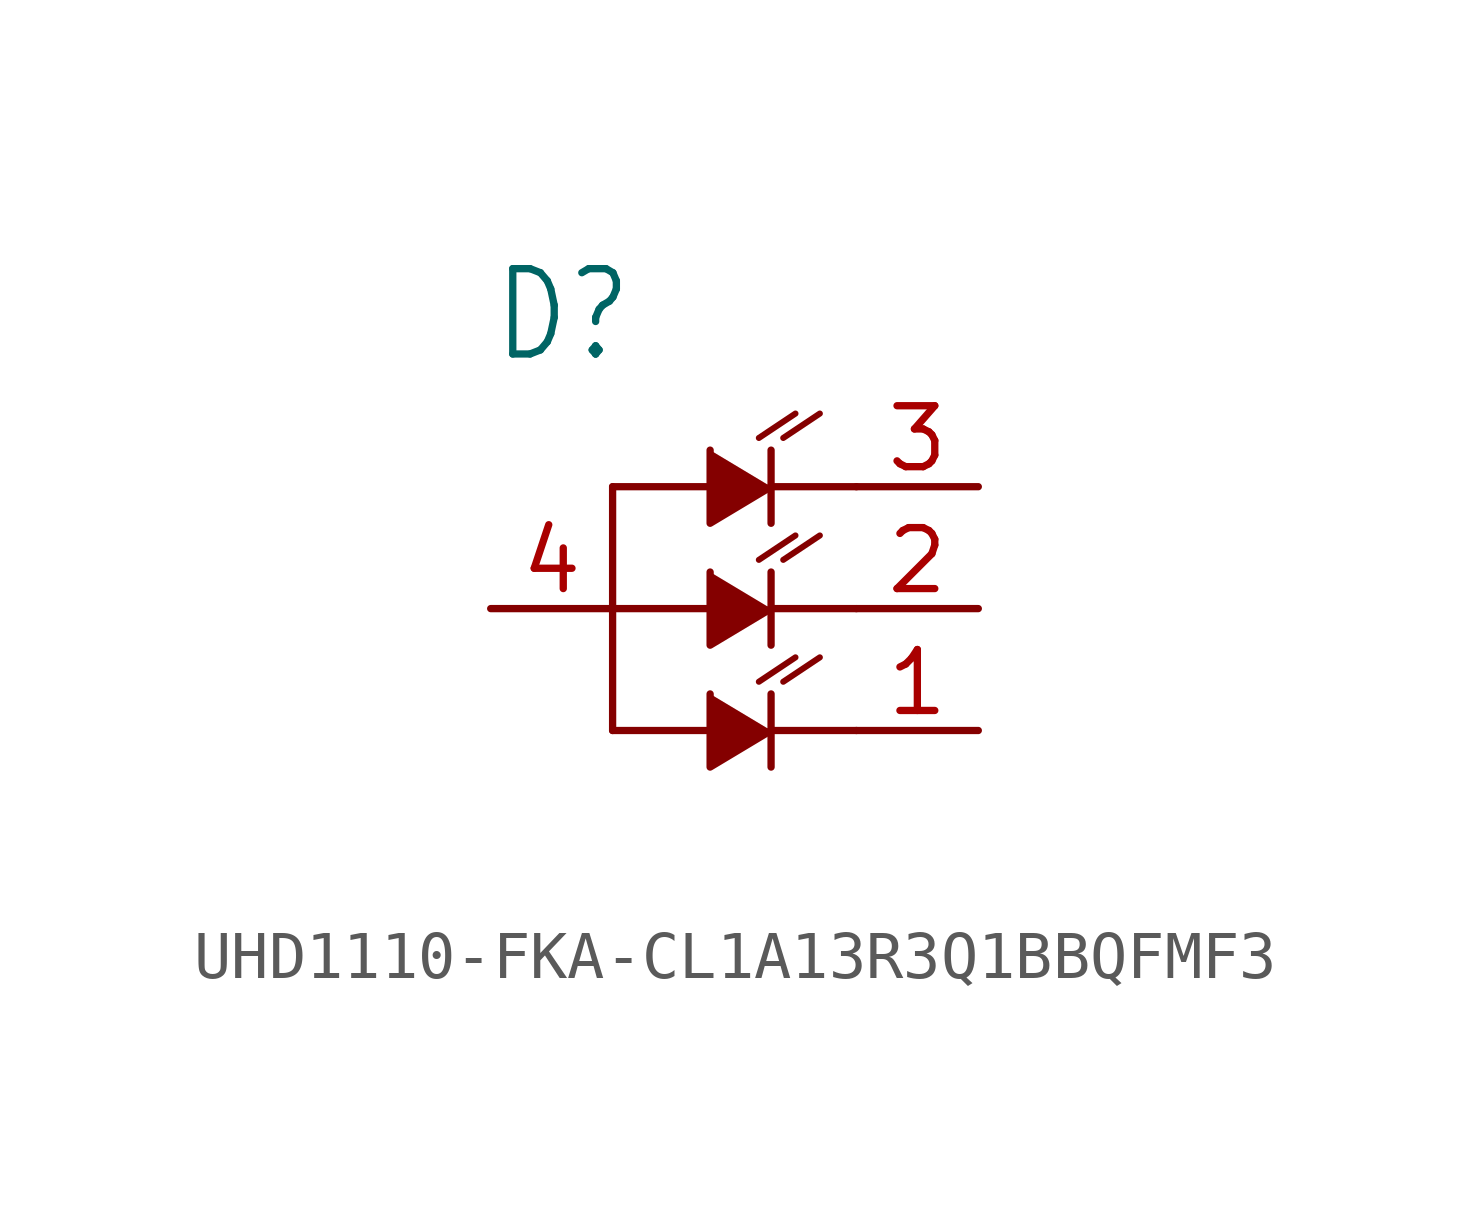
<source format=kicad_sym>
(kicad_symbol_lib
  (version 20231120)
  (generator "kicad_symbol_editor")
  (generator_version "8.0")
  (symbol "UHD1110-FKA-CL1A13R3Q1BBQFMF3"
    (property "Reference" "D"
      (at -2.54 5.08 0)
      (effects (font (size 1.778 1.511)) (justify left bottom)))
    (property "Value" ""
      (at -2.54 -5.08 0)
      (effects (font (size 1.778 1.511)) (justify left bottom)))
    (property "ki_locked" ""
      (at 0 0 0)
      (effects (font (size 1.27 1.27))))
    (symbol "UHD1110-FKA-CL1A13R3Q1BBQFMF3_1_0"
      (polyline (pts (xy 0 -2.54) (xy 0 0)) (stroke (width 0.152) (type solid)) (fill (type none)))
      (polyline (pts (xy 0 0) (xy 0 2.54)) (stroke (width 0.152) (type solid)) (fill (type none)))
      (polyline (pts (xy 2.032 -2.54) (xy 0 -2.54)) (stroke (width 0.152) (type solid)) (fill (type none)))
      (polyline (pts (xy 2.032 0) (xy 0 0)) (stroke (width 0.152) (type solid)) (fill (type none)))
      (polyline (pts (xy 2.032 2.54) (xy 0 2.54)) (stroke (width 0.152) (type solid)) (fill (type none)))
      (polyline (pts (xy 3.302 -3.302) (xy 3.302 -1.778)) (stroke (width 0.152) (type solid)) (fill (type none)))
      (polyline (pts (xy 3.302 -2.54) (xy 5.08 -2.54)) (stroke (width 0.152) (type solid)) (fill (type none)))
      (polyline (pts (xy 3.302 -0.762) (xy 3.302 0.762)) (stroke (width 0.152) (type solid)) (fill (type none)))
      (polyline (pts (xy 3.302 0) (xy 5.08 0)) (stroke (width 0.152) (type solid)) (fill (type none)))
      (polyline (pts (xy 3.302 1.778) (xy 3.302 3.302)) (stroke (width 0.152) (type solid)) (fill (type none)))
      (polyline (pts (xy 3.302 2.54) (xy 5.08 2.54)) (stroke (width 0.152) (type solid)) (fill (type none)))
      (polyline (pts (xy 3.81 -1.016) (xy 3.048 -1.524)) (stroke (width 0.127) (type solid)) (fill (type none)))
      (polyline (pts (xy 3.81 1.524) (xy 3.048 1.016)) (stroke (width 0.127) (type solid)) (fill (type none)))
      (polyline (pts (xy 3.81 4.064) (xy 3.048 3.556)) (stroke (width 0.127) (type solid)) (fill (type none)))
      (polyline (pts (xy 4.318 -1.016) (xy 3.556 -1.524)) (stroke (width 0.127) (type solid)) (fill (type none)))
      (polyline (pts (xy 4.318 1.524) (xy 3.556 1.016)) (stroke (width 0.127) (type solid)) (fill (type none)))
      (polyline (pts (xy 4.318 4.064) (xy 3.556 3.556)) (stroke (width 0.127) (type solid)) (fill (type none)))
      (polyline (pts (xy 3.302 -2.54) (xy 2.032 -3.302) (xy 2.032 -1.778)) (stroke (width 0.152) (type solid)) (fill (type outline)))
      (polyline (pts (xy 3.302 0) (xy 2.032 -0.762) (xy 2.032 0.762)) (stroke (width 0.152) (type solid)) (fill (type outline)))
      (polyline (pts (xy 3.302 2.54) (xy 2.032 1.778) (xy 2.032 3.302)) (stroke (width 0.152) (type solid)) (fill (type outline)))
      (pin passive line (at 7.62 -2.54 180) (length 2.54) (name "BLUE" (effects (font (size 0 0)))) (number "1" (effects (font (size 1.27 1.27)))))
      (pin passive line (at 7.62 0 180) (length 2.54) (name "GREEN" (effects (font (size 0 0)))) (number "2" (effects (font (size 1.27 1.27)))))
      (pin passive line (at 7.62 2.54 180) (length 2.54) (name "RED" (effects (font (size 0 0)))) (number "3" (effects (font (size 1.27 1.27)))))
      (pin passive line (at -2.54 0 0) (length 2.54) (name "ANODE" (effects (font (size 0 0)))) (number "4" (effects (font (size 1.27 1.27))))))))
</source>
